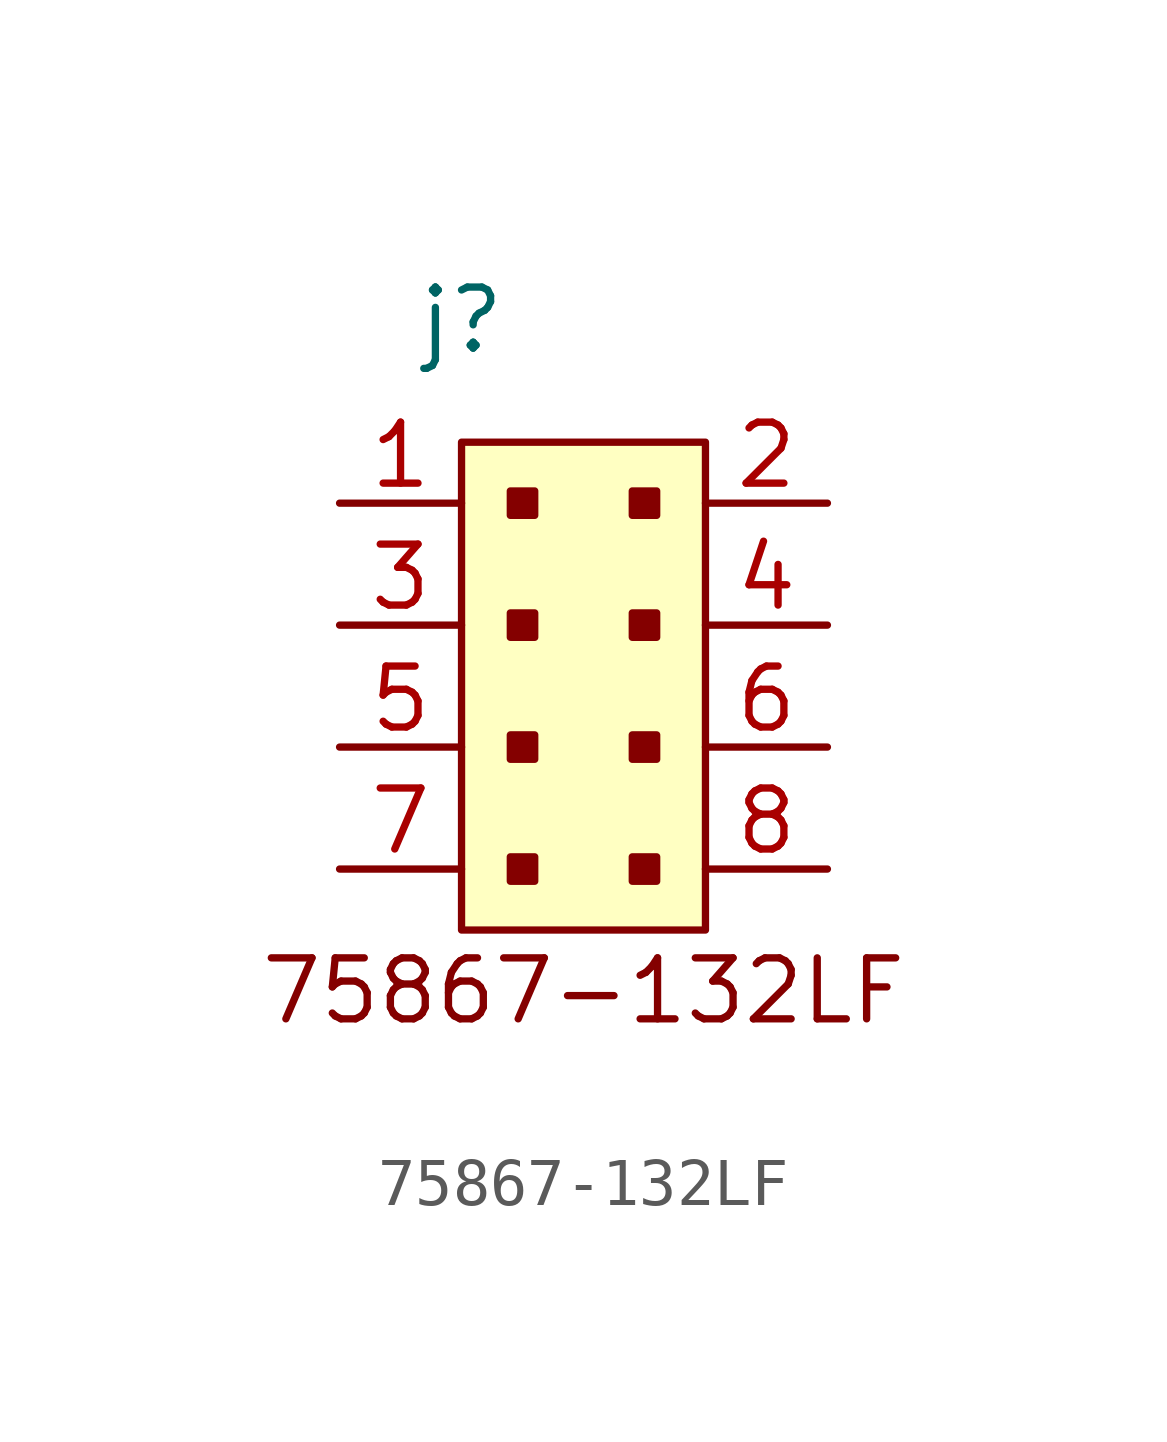
<source format=kicad_sym>
(kicad_symbol_lib
  (version 20220914)
  (generator kicad_symbol_editor)
  (symbol "75867-132LF"
    (property "Reference" "j"
      (at -2.54 7.62 0)
      (effects (font (size 1.27 1.27))))
    (property "Value" ""
      (at 0 -7.62 0)
      (effects (font (size 1.27 1.27))))
    (symbol "75867-132LF_0_0"
      (text "75867-132LF" (at 0 -6.35 0) (effects (font (size 1.27 1.27)))))
    (symbol "75867-132LF_1_1"
      (rectangle (start -2.54 5.08) (end 2.54 -5.08) (stroke (width 0) (type solid)) (fill (type background)))
      (rectangle (start -1.524 -3.556) (end -1.016 -4.064) (stroke (width 0) (type solid)) (fill (type outline)))
      (rectangle (start -1.524 -1.016) (end -1.016 -1.524) (stroke (width 0) (type solid)) (fill (type outline)))
      (rectangle (start -1.524 1.524) (end -1.016 1.016) (stroke (width 0) (type solid)) (fill (type outline)))
      (rectangle (start -1.524 4.064) (end -1.016 3.556) (stroke (width 0) (type solid)) (fill (type outline)))
      (rectangle (start 1.016 -3.556) (end 1.524 -4.064) (stroke (width 0) (type solid)) (fill (type outline)))
      (rectangle (start 1.016 -1.016) (end 1.524 -1.524) (stroke (width 0) (type solid)) (fill (type outline)))
      (rectangle (start 1.016 1.524) (end 1.524 1.016) (stroke (width 0) (type solid)) (fill (type outline)))
      (rectangle (start 1.016 4.064) (end 1.524 3.556) (stroke (width 0) (type solid)) (fill (type outline)))
      (pin passive line (at -5.08 3.81 0) (length 2.54) (name "~" (effects (font (size 1.27 1.27)))) (number "1" (effects (font (size 1.27 1.27)))))
      (pin passive line (at 5.08 3.81 180) (length 2.54) (name "~" (effects (font (size 1.27 1.27)))) (number "2" (effects (font (size 1.27 1.27)))))
      (pin passive line (at -5.08 1.27 0) (length 2.54) (name "~" (effects (font (size 1.27 1.27)))) (number "3" (effects (font (size 1.27 1.27)))))
      (pin passive line (at 5.08 1.27 180) (length 2.54) (name "~" (effects (font (size 1.27 1.27)))) (number "4" (effects (font (size 1.27 1.27)))))
      (pin passive line (at -5.08 -1.27 0) (length 2.54) (name "~" (effects (font (size 1.27 1.27)))) (number "5" (effects (font (size 1.27 1.27)))))
      (pin passive line (at 5.08 -1.27 180) (length 2.54) (name "~" (effects (font (size 1.27 1.27)))) (number "6" (effects (font (size 1.27 1.27)))))
      (pin passive line (at -5.08 -3.81 0) (length 2.54) (name "~" (effects (font (size 1.27 1.27)))) (number "7" (effects (font (size 1.27 1.27)))))
      (pin passive line (at 5.08 -3.81 180) (length 2.54) (name "~" (effects (font (size 1.27 1.27)))) (number "8" (effects (font (size 1.27 1.27))))))))
</source>
